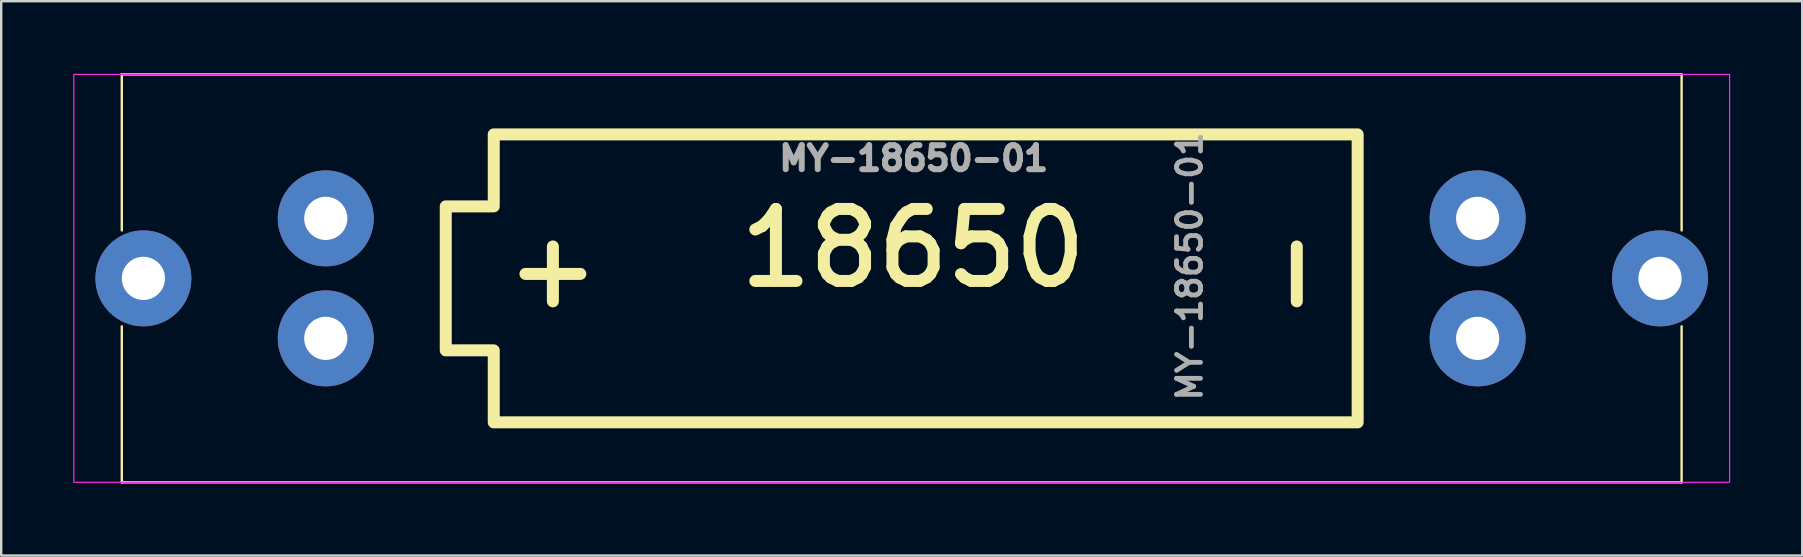
<source format=kicad_pcb>
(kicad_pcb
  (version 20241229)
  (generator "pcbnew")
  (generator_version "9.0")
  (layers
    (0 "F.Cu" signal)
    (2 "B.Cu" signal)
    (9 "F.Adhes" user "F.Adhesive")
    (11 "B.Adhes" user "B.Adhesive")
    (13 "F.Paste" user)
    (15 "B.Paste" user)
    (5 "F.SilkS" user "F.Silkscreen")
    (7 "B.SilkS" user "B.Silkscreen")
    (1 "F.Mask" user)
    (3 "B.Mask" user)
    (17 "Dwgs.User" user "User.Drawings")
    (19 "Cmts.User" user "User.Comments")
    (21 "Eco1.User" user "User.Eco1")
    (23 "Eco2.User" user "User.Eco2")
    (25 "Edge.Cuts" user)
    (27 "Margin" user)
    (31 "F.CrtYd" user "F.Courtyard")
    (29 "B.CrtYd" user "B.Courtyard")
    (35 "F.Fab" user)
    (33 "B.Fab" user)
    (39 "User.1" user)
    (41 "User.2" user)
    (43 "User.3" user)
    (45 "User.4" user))
  (footprint "MY-18650-01"
    (layer "F.Cu")
    (at 34.525 8.55)
    (property "Reference" "MY-18650-01" (at 12 -0.5 90) (unlocked yes) (layer "F.Fab") (effects (font (size 1 1) (thickness 0.2))))
    (attr through_hole exclude_from_pos_files)
    (fp_line (start -32.5 -8.5) (end -32.5 -2) (stroke (width 0.1) (type default)) (layer "F.SilkS"))
    (fp_line (start -32.5 -8.5) (end 32.5 -8.5) (stroke (width 0.1) (type default)) (layer "F.SilkS"))
    (fp_line (start -32.5 8.5) (end -32.5 2) (stroke (width 0.1) (type default)) (layer "F.SilkS"))
    (fp_line (start 32.5 -8.5) (end 32.5 -2) (stroke (width 0.1) (type default)) (layer "F.SilkS"))
    (fp_line (start 32.5 8.5) (end -32.5 8.5) (stroke (width 0.1) (type default)) (layer "F.SilkS"))
    (fp_line (start 32.5 8.5) (end 32.5 2) (stroke (width 0.1) (type default)) (layer "F.SilkS"))
    (fp_poly (pts (xy -19 -3) (xy -19 3) (xy -17 3) (xy -17 6) (xy 19 6) (xy 19 -6) (xy -17 -6) (xy -17 -3)) (stroke (width 0.5) (type solid)) (fill no) (layer "F.SilkS"))
    (fp_rect (start -34.5 -8.5) (end 34.5 8.5) (stroke (width 0.05) (type default)) (fill no) (layer "F.CrtYd"))
    (fp_text user "18650" (at -7 0.5 0) (unlocked yes) (layer "F.SilkS") (effects (font (size 3 3) (thickness 0.5) (bold yes)) (justify left bottom)))
    (fp_text user "+" (at -13 2 90) (unlocked yes) (layer "F.SilkS") (effects (font (size 3 3) (thickness 0.5) (bold yes)) (justify left bottom)))
    (fp_text user "-" (at 18 2 90) (unlocked yes) (layer "F.SilkS") (effects (font (size 3 3) (thickness 0.5) (bold yes)) (justify left bottom)))
    (fp_text user "${REFERENCE}" (at 0.5 -5 0) (unlocked yes) (layer "F.Fab") (effects (font (size 1 1) (thickness 0.25))))
    (pad "1" thru_hole circle (at -31.6 0) (size 4 4) (drill 1.8) (layers "*.Cu" "*.Mask"))
    (pad "1" thru_hole circle (at -24 -2.5) (size 4 4) (drill 1.8) (layers "*.Cu" "*.Mask"))
    (pad "1" thru_hole circle (at -24 2.5) (size 4 4) (drill 1.8) (layers "*.Cu" "*.Mask"))
    (pad "2" thru_hole circle (at 24 -2.5 180) (size 4 4) (drill 1.8) (layers "*.Cu" "*.Mask"))
    (pad "2" thru_hole circle (at 24 2.5 180) (size 4 4) (drill 1.8) (layers "*.Cu" "*.Mask"))
    (pad "2" thru_hole circle (at 31.6 0 180) (size 4 4) (drill 1.8) (layers "*.Cu" "*.Mask")))
  (gr_rect
    (start -3 -3)
    (end 72.05 20.1)
    (stroke (width 0.1) (type default))
    (fill no)
    (layer "Edge.Cuts")))
</source>
